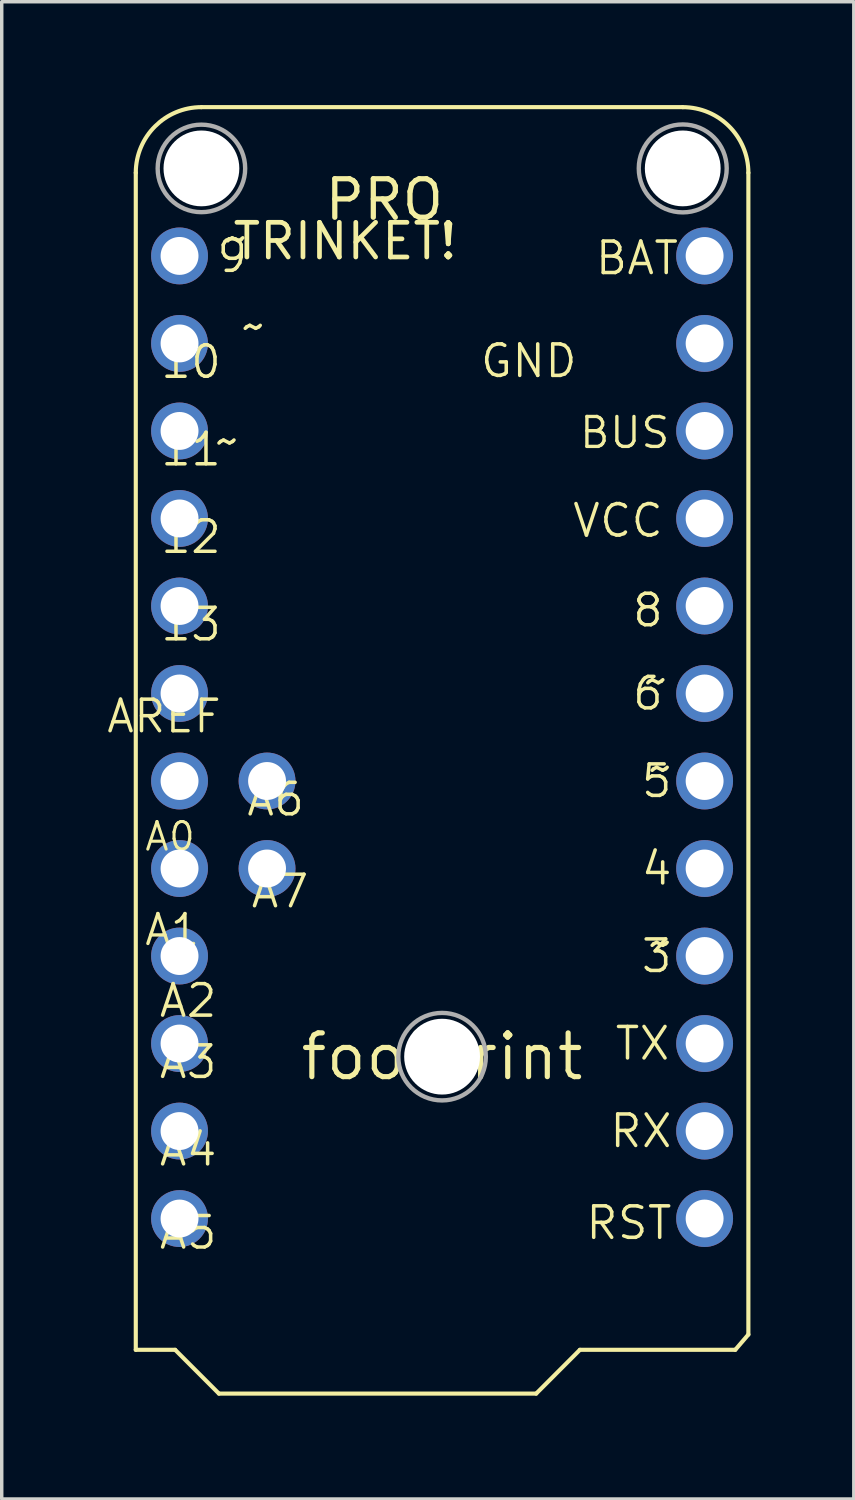
<source format=kicad_pcb>
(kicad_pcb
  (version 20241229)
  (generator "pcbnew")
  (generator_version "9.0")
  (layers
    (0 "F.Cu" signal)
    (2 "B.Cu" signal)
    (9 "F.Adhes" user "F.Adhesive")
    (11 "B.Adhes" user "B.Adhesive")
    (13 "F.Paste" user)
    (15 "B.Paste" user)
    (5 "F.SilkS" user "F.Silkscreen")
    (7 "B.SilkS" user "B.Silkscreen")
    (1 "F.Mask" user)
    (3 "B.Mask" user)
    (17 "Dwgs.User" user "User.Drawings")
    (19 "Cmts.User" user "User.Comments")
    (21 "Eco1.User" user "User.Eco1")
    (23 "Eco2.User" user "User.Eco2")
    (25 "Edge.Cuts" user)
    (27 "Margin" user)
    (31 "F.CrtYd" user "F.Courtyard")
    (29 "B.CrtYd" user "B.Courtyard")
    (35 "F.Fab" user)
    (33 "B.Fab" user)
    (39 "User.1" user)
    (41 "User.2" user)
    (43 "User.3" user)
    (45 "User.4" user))
  (footprint "footprint"
    (layer "F.Cu")
    (at 9.781 27.619)
    (property "Reference" "footprint" (at 0 0 0) (layer "F.SilkS") (effects (font (size 1.27 1.27) (thickness 0.15))))
    (fp_line (start -8.89 -25.654) (end -8.89 8.509) (stroke (width 0.12) (type solid)) (layer "F.SilkS"))
    (fp_line (start -8.89 8.509) (end -7.747 8.509) (stroke (width 0.12) (type solid)) (layer "F.SilkS"))
    (fp_line (start -7.747 8.509) (end -6.477 9.779) (stroke (width 0.12) (type solid)) (layer "F.SilkS"))
    (fp_line (start -6.477 9.779) (end 2.731 9.779) (stroke (width 0.12) (type solid)) (layer "F.SilkS"))
    (fp_line (start 2.731 9.779) (end 4 8.509) (stroke (width 0.12) (type solid)) (layer "F.SilkS"))
    (fp_line (start 4 8.509) (end 8.509 8.509) (stroke (width 0.12) (type solid)) (layer "F.SilkS"))
    (fp_line (start 6.985 -27.559) (end -6.985 -27.559) (stroke (width 0.12) (type solid)) (layer "F.SilkS"))
    (fp_line (start 8.509 8.509) (end 8.89 8.065) (stroke (width 0.12) (type solid)) (layer "F.SilkS"))
    (fp_line (start 8.89 8.065) (end 8.89 -25.654) (stroke (width 0.12) (type solid)) (layer "F.SilkS"))
    (fp_arc (start -8.89 -25.654) (mid -8.332038 -27.001038) (end -6.985 -27.559) (stroke (width 0.12) (type solid)) (layer "F.SilkS"))
    (fp_arc (start 6.985 -27.559) (mid 8.332038 -27.001038) (end 8.89 -25.654) (stroke (width 0.12) (type solid)) (layer "F.SilkS"))
    (fp_circle (center -6.985 -25.781) (end -5.715 -25.781) (stroke (width 0.127) (type solid)) (fill no) (layer "F.Fab"))
    (fp_circle (center 0 0) (end 1.27 0) (stroke (width 0.127) (type solid)) (fill no) (layer "F.Fab"))
    (fp_circle (center 6.985 -25.781) (end 8.261 -25.781) (stroke (width 0.127) (type solid)) (fill no) (layer "F.Fab"))
    (fp_text user "AREF" (at -6.35 -10.414 0) (layer "F.SilkS") (effects (font (size 0.914 0.914) (thickness 0.102)) (justify right top)))
    (fp_text user "5" (at 6.731 -8.001 0) (layer "F.SilkS") (effects (font (size 0.914 0.914) (thickness 0.102)) (justify right)))
    (fp_text user "10" (at -6.35 -20.701 0) (layer "F.SilkS") (effects (font (size 0.914 0.914) (thickness 0.102)) (justify right top)))
    (fp_text user "4" (at 6.731 -5.461 0) (layer "F.SilkS") (effects (font (size 0.914 0.914) (thickness 0.102)) (justify right)))
    (fp_text user "A1" (at -6.985 -4.191 0) (layer "F.SilkS") (effects (font (size 0.869 0.869) (thickness 0.097)) (justify right top)))
    (fp_text user "~" (at 6.731 -8.382 0) (layer "F.SilkS") (effects (font (size 0.914 0.914) (thickness 0.102)) (justify right)))
    (fp_text user "12" (at -6.35 -15.621 0) (layer "F.SilkS") (effects (font (size 0.914 0.914) (thickness 0.102)) (justify right top)))
    (fp_text user "VCC" (at 6.477 -15.557 0) (layer "F.SilkS") (effects (font (size 0.914 0.914) (thickness 0.102)) (justify right)))
    (fp_text user "~" (at 6.604 -10.922 0) (layer "F.SilkS") (effects (font (size 0.914 0.914) (thickness 0.102)) (justify right)))
    (fp_text user "RST" (at 6.731 4.826 0) (layer "F.SilkS") (effects (font (size 0.914 0.914) (thickness 0.102)) (justify right)))
    (fp_text user "RX" (at 6.731 2.159 0) (layer "F.SilkS") (effects (font (size 0.914 0.914) (thickness 0.102)) (justify right)))
    (fp_text user "~" (at -5.588 -23.749 0) (layer "F.SilkS") (effects (font (size 0.914 0.914) (thickness 0.102)) (justify right)))
    (fp_text user "11" (at -6.35 -18.161 0) (layer "F.SilkS") (effects (font (size 0.914 0.914) (thickness 0.102)) (justify right top)))
    (fp_text user "BAT" (at 6.921 -23.177 0) (layer "F.SilkS") (effects (font (size 0.914 0.914) (thickness 0.102)) (justify right)))
    (fp_text user "~" (at -5.842 -18.415 0) (layer "F.SilkS") (effects (font (size 0.914 0.914) (thickness 0.102)) (justify right top)))
    (fp_text user "A6" (at -3.937 -8.001 0) (layer "F.SilkS") (effects (font (size 0.914 0.914) (thickness 0.102)) (justify right top)))
    (fp_text user "9" (at -5.588 -23.241 0) (layer "F.SilkS") (effects (font (size 0.914 0.914) (thickness 0.102)) (justify right)))
    (fp_text user "13" (at -6.35 -13.081 0) (layer "F.SilkS") (effects (font (size 0.914 0.914) (thickness 0.102)) (justify right top)))
    (fp_text user "PRO" (at 0.127 -25.527 0) (layer "F.SilkS") (effects (font (size 1.118 1.118) (thickness 0.152)) (justify right top)))
    (fp_text user "8" (at 6.477 -12.954 0) (layer "F.SilkS") (effects (font (size 0.914 0.914) (thickness 0.102)) (justify right)))
    (fp_text user "A7" (at -3.81 -5.334 0) (layer "F.SilkS") (effects (font (size 0.914 0.914) (thickness 0.102)) (justify right top)))
    (fp_text user "TX" (at 6.668 -0.381 0) (layer "F.SilkS") (effects (font (size 0.914 0.914) (thickness 0.102)) (justify right)))
    (fp_text user "TRINKET!" (at 0.508 -24.257 0) (layer "F.SilkS") (effects (font (size 1.006 1.006) (thickness 0.137)) (justify right top)))
    (fp_text user "A4" (at -6.477 2.159 0) (layer "F.SilkS") (effects (font (size 0.914 0.914) (thickness 0.102)) (justify right top)))
    (fp_text user "BUS" (at 6.668 -18.11 0) (layer "F.SilkS") (effects (font (size 0.869 0.869) (thickness 0.097)) (justify right)))
    (fp_text user "3" (at 6.731 -2.921 0) (layer "F.SilkS") (effects (font (size 0.914 0.914) (thickness 0.102)) (justify right)))
    (fp_text user "~" (at -5.08 -21.209 0) (layer "F.SilkS") (effects (font (size 0.914 0.914) (thickness 0.102)) (justify right)))
    (fp_text user "6" (at 6.477 -10.541 0) (layer "F.SilkS") (effects (font (size 0.914 0.914) (thickness 0.102)) (justify right)))
    (fp_text user "A0" (at -7.112 -6.858 0) (layer "F.SilkS") (effects (font (size 0.8 0.8) (thickness 0.089)) (justify right top)))
    (fp_text user "GND" (at 3.975 -20.726 0) (layer "F.SilkS") (effects (font (size 0.914 0.914) (thickness 0.102)) (justify right top)))
    (fp_text user "A5" (at -6.477 4.572 0) (layer "F.SilkS") (effects (font (size 0.914 0.914) (thickness 0.102)) (justify right top)))
    (fp_text user "~" (at 6.731 -3.302 0) (layer "F.SilkS") (effects (font (size 0.914 0.914) (thickness 0.102)) (justify right)))
    (fp_text user "A3" (at -6.477 -0.381 0) (layer "F.SilkS") (effects (font (size 0.914 0.914) (thickness 0.102)) (justify right top)))
    (fp_text user "A2" (at -6.477 -2.159 0) (layer "F.SilkS") (effects (font (size 0.914 0.914) (thickness 0.102)) (justify right top)))
    (pad "" np_thru_hole circle (at -6.985 -25.781) (size 2.2 2.2) (drill 2.2) (layers "*.Cu" "*.Mask"))
    (pad "" np_thru_hole circle (at 0 0) (size 2.2 2.2) (drill 2.2) (layers "*.Cu" "*.Mask"))
    (pad "" np_thru_hole circle (at 6.985 -25.781) (size 2.2 2.2) (drill 2.2) (layers "*.Cu" "*.Mask"))
    (pad "3" thru_hole circle (at 7.62 -2.921) (size 1.65 1.65) (drill 1.1) (layers "*.Cu" "*.Mask"))
    (pad "4" thru_hole circle (at 7.62 -5.461) (size 1.65 1.65) (drill 1.1) (layers "*.Cu" "*.Mask"))
    (pad "5" thru_hole circle (at 7.62 -8.001) (size 1.65 1.65) (drill 1.1) (layers "*.Cu" "*.Mask"))
    (pad "6" thru_hole circle (at 7.62 -10.541) (size 1.65 1.65) (drill 1.1) (layers "*.Cu" "*.Mask"))
    (pad "8" thru_hole circle (at 7.62 -13.081) (size 1.65 1.65) (drill 1.1) (layers "*.Cu" "*.Mask"))
    (pad "9" thru_hole circle (at -7.62 -23.241) (size 1.65 1.65) (drill 1.1) (layers "*.Cu" "*.Mask"))
    (pad "10" thru_hole circle (at -7.62 -20.701) (size 1.65 1.65) (drill 1.1) (layers "*.Cu" "*.Mask"))
    (pad "11" thru_hole circle (at -7.62 -18.161) (size 1.65 1.65) (drill 1.1) (layers "*.Cu" "*.Mask"))
    (pad "12" thru_hole circle (at -7.62 -15.621) (size 1.65 1.65) (drill 1.1) (layers "*.Cu" "*.Mask"))
    (pad "13" thru_hole circle (at -7.62 -13.081) (size 1.65 1.65) (drill 1.1) (layers "*.Cu" "*.Mask"))
    (pad "A0" thru_hole circle (at -7.62 -8.001) (size 1.65 1.65) (drill 1.1) (layers "*.Cu" "*.Mask"))
    (pad "A1" thru_hole circle (at -7.62 -5.461) (size 1.65 1.65) (drill 1.1) (layers "*.Cu" "*.Mask"))
    (pad "A2" thru_hole circle (at -7.62 -2.921) (size 1.65 1.65) (drill 1.1) (layers "*.Cu" "*.Mask"))
    (pad "A3" thru_hole circle (at -7.62 -0.381) (size 1.65 1.65) (drill 1.1) (layers "*.Cu" "*.Mask"))
    (pad "A4" thru_hole circle (at -7.62 2.159) (size 1.65 1.65) (drill 1.1) (layers "*.Cu" "*.Mask"))
    (pad "A5" thru_hole circle (at -7.62 4.699) (size 1.65 1.65) (drill 1.1) (layers "*.Cu" "*.Mask"))
    (pad "A6" thru_hole circle (at -5.08 -8.001) (size 1.65 1.65) (drill 1.1) (layers "*.Cu" "*.Mask"))
    (pad "A7" thru_hole circle (at -5.08 -5.461) (size 1.65 1.65) (drill 1.1) (layers "*.Cu" "*.Mask"))
    (pad "AREF" thru_hole circle (at -7.62 -10.541) (size 1.65 1.65) (drill 1.1) (layers "*.Cu" "*.Mask"))
    (pad "BAT+" thru_hole circle (at 7.62 -23.241) (size 1.65 1.65) (drill 1.1) (layers "*.Cu" "*.Mask"))
    (pad "GND" thru_hole circle (at 7.62 -20.701) (size 1.65 1.65) (drill 1.1) (layers "*.Cu" "*.Mask"))
    (pad "RST" thru_hole circle (at 7.62 4.699) (size 1.65 1.65) (drill 1.1) (layers "*.Cu" "*.Mask"))
    (pad "RX" thru_hole circle (at 7.62 2.159) (size 1.65 1.65) (drill 1.1) (layers "*.Cu" "*.Mask"))
    (pad "TX" thru_hole circle (at 7.62 -0.381) (size 1.65 1.65) (drill 1.1) (layers "*.Cu" "*.Mask"))
    (pad "USB" thru_hole circle (at 7.62 -18.161) (size 1.65 1.65) (drill 1.1) (layers "*.Cu" "*.Mask"))
    (pad "VCC" thru_hole circle (at 7.62 -15.621) (size 1.65 1.65) (drill 1.1) (layers "*.Cu" "*.Mask")))
  (gr_rect
    (start -3 -3)
    (end 21.731 40.458)
    (stroke (width 0.1) (type default))
    (fill no)
    (layer "Edge.Cuts")))
</source>
